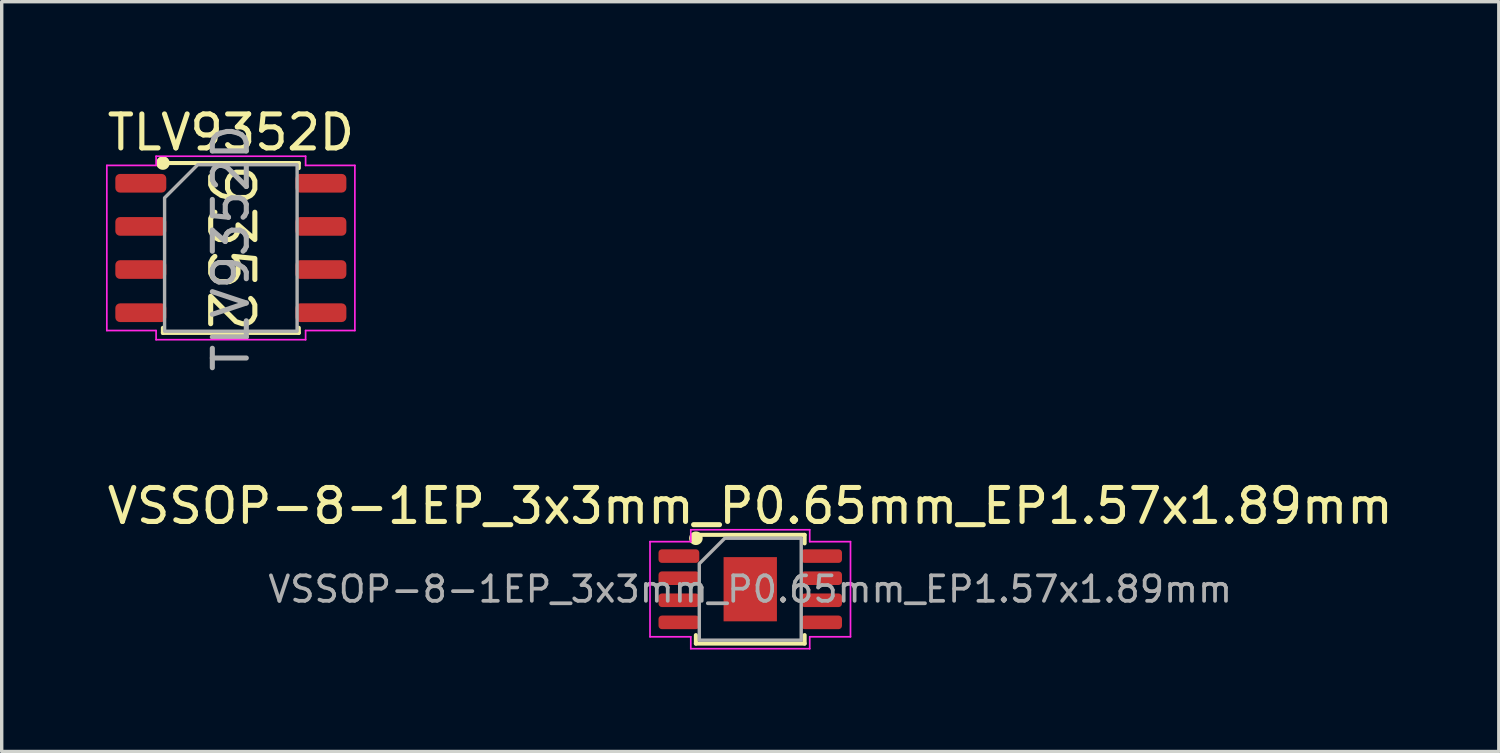
<source format=kicad_pcb>
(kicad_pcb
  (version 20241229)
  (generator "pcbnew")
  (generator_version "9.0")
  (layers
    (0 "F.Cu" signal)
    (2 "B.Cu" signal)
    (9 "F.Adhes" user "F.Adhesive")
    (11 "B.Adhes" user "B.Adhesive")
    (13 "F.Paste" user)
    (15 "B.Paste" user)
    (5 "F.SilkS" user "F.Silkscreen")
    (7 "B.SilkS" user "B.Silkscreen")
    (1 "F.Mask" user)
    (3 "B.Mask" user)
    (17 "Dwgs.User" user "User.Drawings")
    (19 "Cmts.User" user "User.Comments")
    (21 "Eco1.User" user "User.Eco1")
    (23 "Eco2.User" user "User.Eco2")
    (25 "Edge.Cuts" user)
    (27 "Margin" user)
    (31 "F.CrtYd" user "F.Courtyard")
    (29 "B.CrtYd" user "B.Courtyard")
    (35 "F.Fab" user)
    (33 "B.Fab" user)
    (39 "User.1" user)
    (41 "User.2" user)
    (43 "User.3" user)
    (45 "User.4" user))
  (footprint "TLV9352D"
    (layer "F.Cu")
    (at 3.744 4.248)
    (property "Reference" "TLV9352D" (at 0 -3.4 0) (layer "F.SilkS") (effects (font (size 1 1) (thickness 0.15))))
    (attr smd)
    (fp_line (start -2 -2.5) (end 2 -2.5) (stroke (width 0.12) (type solid)) (layer "F.SilkS"))
    (fp_line (start -2 2.5) (end -2 2.35) (stroke (width 0.12) (type solid)) (layer "F.SilkS"))
    (fp_line (start 2 -2.5) (end 2 -2.35) (stroke (width 0.12) (type solid)) (layer "F.SilkS"))
    (fp_line (start 2 2.35) (end 2 2.5) (stroke (width 0.12) (type solid)) (layer "F.SilkS"))
    (fp_line (start 2 2.5) (end -2 2.5) (stroke (width 0.12) (type solid)) (layer "F.SilkS"))
    (fp_circle (center -2 -2.5) (end -2 -2.3) (stroke (width 0) (type default)) (fill yes) (layer "F.SilkS"))
    (fp_poly (pts (xy -0.579 1.35) (xy -0.552 1.361) (xy -0.541 1.371) (xy 0.19 2.101) (xy 0.347 2.154) (xy 0.441 2.154) (xy 0.538 2.105) (xy 0.583 2.06) (xy 0.631 1.963) (xy 0.631 1.689) (xy 0.583 1.592) (xy 0.53 1.539) (xy 0.52 1.527) (xy 0.509 1.5) (xy 0.509 1.471) (xy 0.52 1.444) (xy 0.541 1.423) (xy 0.568 1.412) (xy 0.597 1.412) (xy 0.624 1.423) (xy 0.636 1.433) (xy 0.698 1.495) (xy 0.702 1.5) (xy 0.704 1.502) (xy 0.705 1.504) (xy 0.707 1.506) (xy 0.708 1.508) (xy 0.712 1.514) (xy 0.773 1.638) (xy 0.779 1.652) (xy 0.779 1.654) (xy 0.78 1.657) (xy 0.781 1.671) (xy 0.781 1.981) (xy 0.78 1.996) (xy 0.779 1.998) (xy 0.779 2.001) (xy 0.773 2.014) (xy 0.712 2.138) (xy 0.708 2.145) (xy 0.707 2.146) (xy 0.705 2.148) (xy 0.704 2.151) (xy 0.702 2.152) (xy 0.698 2.158) (xy 0.636 2.22) (xy 0.63 2.224) (xy 0.629 2.226) (xy 0.626 2.227) (xy 0.624 2.229) (xy 0.622 2.23) (xy 0.616 2.234) (xy 0.492 2.296) (xy 0.479 2.301) (xy 0.476 2.301) (xy 0.473 2.302) (xy 0.459 2.304) (xy 0.335 2.304) (xy 0.328 2.303) (xy 0.326 2.303) (xy 0.323 2.302) (xy 0.32 2.302) (xy 0.319 2.301) (xy 0.311 2.3) (xy 0.126 2.238) (xy 0.112 2.232) (xy 0.11 2.23) (xy 0.108 2.229) (xy 0.096 2.22) (xy -0.519 1.605) (xy -0.519 2.229) (xy -0.52 2.243) (xy -0.531 2.27) (xy -0.552 2.291) (xy -0.579 2.302) (xy -0.608 2.302) (xy -0.635 2.291) (xy -0.656 2.27) (xy -0.667 2.243) (xy -0.669 2.229) (xy -0.669 1.424) (xy -0.667 1.409) (xy -0.656 1.382) (xy -0.635 1.361) (xy -0.608 1.35)) (stroke (width 0) (type solid)) (fill yes) (layer "F.SilkS"))
    (fp_poly (pts (xy 0.095 0.173) (xy 0.714 0.235) (xy 0.719 0.236) (xy 0.721 0.236) (xy 0.723 0.237) (xy 0.728 0.238) (xy 0.738 0.243) (xy 0.748 0.247) (xy 0.751 0.25) (xy 0.754 0.252) (xy 0.761 0.26) (xy 0.769 0.268) (xy 0.77 0.271) (xy 0.773 0.274) (xy 0.776 0.285) (xy 0.78 0.295) (xy 0.781 0.301) (xy 0.781 0.302) (xy 0.781 0.304) (xy 0.781 0.31) (xy 0.781 0.929) (xy 0.78 0.943) (xy 0.769 0.97) (xy 0.748 0.991) (xy 0.721 1.002) (xy 0.692 1.002) (xy 0.665 0.991) (xy 0.644 0.97) (xy 0.633 0.943) (xy 0.631 0.929) (xy 0.631 0.377) (xy 0.248 0.339) (xy 0.278 0.4) (xy 0.283 0.414) (xy 0.284 0.416) (xy 0.285 0.419) (xy 0.286 0.433) (xy 0.286 0.743) (xy 0.285 0.757) (xy 0.284 0.76) (xy 0.283 0.763) (xy 0.278 0.776) (xy 0.216 0.9) (xy 0.212 0.906) (xy 0.212 0.908) (xy 0.21 0.91) (xy 0.209 0.913) (xy 0.207 0.914) (xy 0.202 0.92) (xy 0.14 0.982) (xy 0.135 0.986) (xy 0.133 0.988) (xy 0.131 0.989) (xy 0.129 0.991) (xy 0.127 0.992) (xy 0.121 0.996) (xy -0.003 1.058) (xy -0.017 1.063) (xy -0.019 1.063) (xy -0.022 1.064) (xy -0.036 1.065) (xy -0.346 1.065) (xy -0.361 1.064) (xy -0.363 1.063) (xy -0.366 1.063) (xy -0.38 1.058) (xy -0.503 0.996) (xy -0.51 0.992) (xy -0.511 0.991) (xy -0.514 0.989) (xy -0.516 0.988) (xy -0.517 0.986) (xy -0.523 0.982) (xy -0.585 0.92) (xy -0.589 0.914) (xy -0.591 0.913) (xy -0.592 0.91) (xy -0.594 0.908) (xy -0.595 0.907) (xy -0.599 0.9) (xy -0.661 0.776) (xy -0.666 0.763) (xy -0.666 0.76) (xy -0.667 0.757) (xy -0.669 0.743) (xy -0.669 0.433) (xy -0.667 0.419) (xy -0.666 0.416) (xy -0.666 0.414) (xy -0.661 0.4) (xy -0.599 0.276) (xy -0.595 0.27) (xy -0.594 0.268) (xy -0.592 0.266) (xy -0.591 0.264) (xy -0.589 0.262) (xy -0.585 0.256) (xy -0.523 0.195) (xy -0.511 0.185) (xy -0.484 0.174) (xy -0.455 0.174) (xy -0.428 0.185) (xy -0.407 0.206) (xy -0.396 0.233) (xy -0.396 0.262) (xy -0.407 0.289) (xy -0.417 0.301) (xy -0.47 0.354) (xy -0.519 0.451) (xy -0.519 0.725) (xy -0.47 0.822) (xy -0.425 0.867) (xy -0.328 0.915) (xy -0.054 0.915) (xy 0.043 0.867) (xy 0.088 0.822) (xy 0.136 0.725) (xy 0.136 0.451) (xy 0.088 0.354) (xy 0.034 0.301) (xy 0.025 0.289) (xy 0.024 0.286) (xy 0.021 0.283) (xy 0.018 0.272) (xy 0.014 0.262) (xy 0.014 0.258) (xy 0.013 0.255) (xy 0.014 0.244) (xy 0.014 0.233) (xy 0.015 0.229) (xy 0.016 0.226) (xy 0.021 0.216) (xy 0.025 0.206) (xy 0.028 0.203) (xy 0.029 0.2) (xy 0.038 0.193) (xy 0.046 0.185) (xy 0.049 0.184) (xy 0.052 0.181) (xy 0.063 0.178) (xy 0.073 0.174) (xy 0.076 0.174) (xy 0.08 0.173)) (stroke (width 0) (type solid)) (fill yes) (layer "F.SilkS"))
    (fp_poly (pts (xy 0.473 -2.302) (xy 0.476 -2.301) (xy 0.479 -2.301) (xy 0.492 -2.296) (xy 0.616 -2.234) (xy 0.622 -2.23) (xy 0.624 -2.229) (xy 0.626 -2.227) (xy 0.629 -2.226) (xy 0.63 -2.224) (xy 0.636 -2.22) (xy 0.698 -2.158) (xy 0.702 -2.152) (xy 0.704 -2.151) (xy 0.705 -2.148) (xy 0.707 -2.146) (xy 0.708 -2.145) (xy 0.712 -2.138) (xy 0.773 -2.014) (xy 0.779 -2.001) (xy 0.779 -1.998) (xy 0.78 -1.996) (xy 0.781 -1.981) (xy 0.781 -1.733) (xy 0.78 -1.719) (xy 0.779 -1.716) (xy 0.779 -1.714) (xy 0.773 -1.7) (xy 0.712 -1.576) (xy 0.708 -1.57) (xy 0.707 -1.568) (xy 0.705 -1.566) (xy 0.704 -1.564) (xy 0.702 -1.562) (xy 0.698 -1.556) (xy 0.636 -1.495) (xy 0.63 -1.49) (xy 0.629 -1.488) (xy 0.626 -1.487) (xy 0.624 -1.485) (xy 0.622 -1.484) (xy 0.616 -1.481) (xy 0.492 -1.419) (xy 0.479 -1.413) (xy 0.476 -1.413) (xy 0.473 -1.412) (xy 0.459 -1.411) (xy -0.036 -1.411) (xy -0.039 -1.411) (xy -0.04 -1.411) (xy -0.046 -1.412) (xy -0.051 -1.412) (xy -0.052 -1.413) (xy -0.055 -1.413) (xy -0.302 -1.475) (xy -0.311 -1.478) (xy -0.313 -1.478) (xy -0.314 -1.479) (xy -0.316 -1.48) (xy -0.318 -1.481) (xy -0.326 -1.485) (xy -0.511 -1.609) (xy -0.511 -1.609) (xy -0.511 -1.609) (xy -0.517 -1.614) (xy -0.523 -1.618) (xy -0.523 -1.618) (xy -0.523 -1.618) (xy -0.585 -1.68) (xy -0.589 -1.686) (xy -0.591 -1.687) (xy -0.592 -1.69) (xy -0.594 -1.692) (xy -0.595 -1.693) (xy -0.599 -1.7) (xy -0.661 -1.824) (xy -0.666 -1.837) (xy -0.666 -1.84) (xy -0.667 -1.843) (xy -0.669 -1.857) (xy -0.669 -2.105) (xy -0.667 -2.119) (xy -0.656 -2.146) (xy -0.635 -2.167) (xy -0.608 -2.178) (xy -0.579 -2.178) (xy -0.552 -2.167) (xy -0.531 -2.146) (xy -0.52 -2.119) (xy -0.519 -2.105) (xy -0.519 -1.875) (xy -0.47 -1.778) (xy -0.422 -1.73) (xy -0.253 -1.617) (xy -0.106 -1.58) (xy -0.165 -1.7) (xy -0.171 -1.714) (xy -0.171 -1.716) (xy -0.172 -1.719) (xy -0.173 -1.733) (xy -0.173 -1.963) (xy -0.023 -1.963) (xy -0.023 -1.751) (xy 0.025 -1.654) (xy 0.07 -1.609) (xy 0.167 -1.561) (xy 0.441 -1.561) (xy 0.538 -1.609) (xy 0.583 -1.654) (xy 0.631 -1.751) (xy 0.631 -1.963) (xy 0.583 -2.06) (xy 0.538 -2.105) (xy 0.441 -2.154) (xy 0.167 -2.154) (xy 0.07 -2.105) (xy 0.025 -2.06) (xy -0.023 -1.963) (xy -0.173 -1.963) (xy -0.173 -1.981) (xy -0.172 -1.996) (xy -0.171 -1.998) (xy -0.171 -2.001) (xy -0.165 -2.014) (xy -0.104 -2.138) (xy -0.1 -2.145) (xy -0.099 -2.146) (xy -0.097 -2.148) (xy -0.096 -2.151) (xy -0.094 -2.152) (xy -0.089 -2.158) (xy -0.028 -2.22) (xy -0.022 -2.224) (xy -0.021 -2.226) (xy -0.018 -2.227) (xy -0.016 -2.229) (xy -0.014 -2.23) (xy -0.008 -2.234) (xy 0.116 -2.296) (xy 0.129 -2.301) (xy 0.132 -2.301) (xy 0.135 -2.302) (xy 0.149 -2.304) (xy 0.459 -2.304)) (stroke (width 0) (type solid)) (fill yes) (layer "F.SilkS"))
    (fp_poly (pts (xy -0.428 -1.115) (xy -0.407 -1.094) (xy -0.396 -1.067) (xy -0.396 -1.038) (xy -0.407 -1.011) (xy -0.417 -0.999) (xy -0.47 -0.946) (xy -0.519 -0.849) (xy -0.519 -0.513) (xy -0.47 -0.416) (xy -0.425 -0.371) (xy -0.328 -0.323) (xy -0.054 -0.323) (xy 0.043 -0.371) (xy 0.088 -0.416) (xy 0.136 -0.513) (xy 0.136 -0.681) (xy 0.137 -0.689) (xy 0.137 -0.691) (xy 0.137 -0.692) (xy 0.138 -0.696) (xy 0.142 -0.707) (xy 0.146 -0.718) (xy 0.148 -0.72) (xy 0.149 -0.723) (xy 0.157 -0.731) (xy 0.165 -0.74) (xy 0.168 -0.742) (xy 0.169 -0.743) (xy 0.181 -0.748) (xy 0.192 -0.753) (xy 0.194 -0.754) (xy 0.197 -0.755) (xy 0.209 -0.755) (xy 0.221 -0.755) (xy 0.223 -0.755) (xy 0.226 -0.755) (xy 0.237 -0.75) (xy 0.249 -0.746) (xy 0.252 -0.744) (xy 0.253 -0.743) (xy 0.254 -0.742) (xy 0.261 -0.737) (xy 0.631 -0.413) (xy 0.631 -1.052) (xy 0.633 -1.067) (xy 0.644 -1.094) (xy 0.665 -1.115) (xy 0.692 -1.126) (xy 0.721 -1.126) (xy 0.748 -1.115) (xy 0.769 -1.094) (xy 0.78 -1.067) (xy 0.781 -1.052) (xy 0.781 -0.248) (xy 0.781 -0.24) (xy 0.781 -0.238) (xy 0.78 -0.237) (xy 0.78 -0.233) (xy 0.775 -0.222) (xy 0.771 -0.21) (xy 0.77 -0.208) (xy 0.769 -0.206) (xy 0.76 -0.197) (xy 0.752 -0.188) (xy 0.75 -0.187) (xy 0.748 -0.185) (xy 0.737 -0.181) (xy 0.726 -0.175) (xy 0.723 -0.175) (xy 0.721 -0.174) (xy 0.709 -0.174) (xy 0.697 -0.173) (xy 0.694 -0.174) (xy 0.692 -0.174) (xy 0.681 -0.179) (xy 0.669 -0.183) (xy 0.666 -0.185) (xy 0.665 -0.185) (xy 0.663 -0.187) (xy 0.657 -0.191) (xy 0.286 -0.516) (xy 0.286 -0.495) (xy 0.285 -0.481) (xy 0.284 -0.478) (xy 0.283 -0.475) (xy 0.278 -0.462) (xy 0.216 -0.338) (xy 0.212 -0.332) (xy 0.212 -0.33) (xy 0.21 -0.328) (xy 0.209 -0.325) (xy 0.207 -0.324) (xy 0.202 -0.318) (xy 0.14 -0.256) (xy 0.135 -0.252) (xy 0.133 -0.25) (xy 0.131 -0.249) (xy 0.129 -0.247) (xy 0.127 -0.246) (xy 0.121 -0.242) (xy -0.003 -0.181) (xy -0.017 -0.175) (xy -0.019 -0.175) (xy -0.022 -0.174) (xy -0.036 -0.173) (xy -0.346 -0.173) (xy -0.361 -0.174) (xy -0.363 -0.175) (xy -0.366 -0.175) (xy -0.38 -0.181) (xy -0.503 -0.242) (xy -0.51 -0.246) (xy -0.511 -0.247) (xy -0.514 -0.249) (xy -0.516 -0.25) (xy -0.517 -0.252) (xy -0.523 -0.256) (xy -0.585 -0.318) (xy -0.589 -0.324) (xy -0.591 -0.325) (xy -0.592 -0.328) (xy -0.594 -0.33) (xy -0.595 -0.332) (xy -0.599 -0.338) (xy -0.661 -0.462) (xy -0.666 -0.475) (xy -0.666 -0.478) (xy -0.667 -0.481) (xy -0.669 -0.495) (xy -0.669 -0.867) (xy -0.667 -0.881) (xy -0.666 -0.884) (xy -0.666 -0.886) (xy -0.661 -0.9) (xy -0.599 -1.024) (xy -0.595 -1.03) (xy -0.594 -1.032) (xy -0.592 -1.034) (xy -0.591 -1.036) (xy -0.589 -1.038) (xy -0.585 -1.044) (xy -0.523 -1.105) (xy -0.511 -1.115) (xy -0.484 -1.126) (xy -0.455 -1.126)) (stroke (width 0) (type solid)) (fill yes) (layer "F.SilkS"))
    (fp_line (start -3.65 -2.43) (end -2.2 -2.43) (stroke (width 0.05) (type solid)) (layer "F.CrtYd"))
    (fp_line (start -3.65 2.43) (end -3.65 -2.43) (stroke (width 0.05) (type solid)) (layer "F.CrtYd"))
    (fp_line (start -2.2 -2.7) (end 2.2 -2.7) (stroke (width 0.05) (type solid)) (layer "F.CrtYd"))
    (fp_line (start -2.2 -2.43) (end -2.2 -2.7) (stroke (width 0.05) (type solid)) (layer "F.CrtYd"))
    (fp_line (start -2.2 2.43) (end -3.65 2.43) (stroke (width 0.05) (type solid)) (layer "F.CrtYd"))
    (fp_line (start -2.2 2.7) (end -2.2 2.43) (stroke (width 0.05) (type solid)) (layer "F.CrtYd"))
    (fp_line (start 2.2 -2.7) (end 2.2 -2.43) (stroke (width 0.05) (type solid)) (layer "F.CrtYd"))
    (fp_line (start 2.2 -2.43) (end 3.65 -2.43) (stroke (width 0.05) (type solid)) (layer "F.CrtYd"))
    (fp_line (start 2.2 2.43) (end 2.2 2.7) (stroke (width 0.05) (type solid)) (layer "F.CrtYd"))
    (fp_line (start 2.2 2.7) (end -2.2 2.7) (stroke (width 0.05) (type solid)) (layer "F.CrtYd"))
    (fp_line (start 3.65 -2.43) (end 3.65 2.43) (stroke (width 0.05) (type solid)) (layer "F.CrtYd"))
    (fp_line (start 3.65 2.43) (end 2.2 2.43) (stroke (width 0.05) (type solid)) (layer "F.CrtYd"))
    (fp_poly (pts (xy -0.975 -2.45) (xy 1.95 -2.45) (xy 1.95 2.45) (xy -1.95 2.45) (xy -1.95 -1.475)) (stroke (width 0.1) (type solid)) (fill no) (layer "F.Fab"))
    (fp_text user "${REFERENCE}" (at 0 0 90) (layer "F.Fab") (effects (font (size 1 1) (thickness 0.15))))
    (pad "1" smd roundrect (at -2.65 -1.905) (size 1.5 0.55) (layers "F.Cu" "F.Mask" "F.Paste") (roundrect_rratio 0.25))
    (pad "2" smd roundrect (at -2.65 -0.635) (size 1.5 0.55) (layers "F.Cu" "F.Mask" "F.Paste") (roundrect_rratio 0.25))
    (pad "3" smd roundrect (at -2.65 0.635) (size 1.5 0.55) (layers "F.Cu" "F.Mask" "F.Paste") (roundrect_rratio 0.25))
    (pad "4" smd roundrect (at -2.65 1.905) (size 1.5 0.55) (layers "F.Cu" "F.Mask" "F.Paste") (roundrect_rratio 0.25))
    (pad "5" smd roundrect (at 2.65 1.905) (size 1.5 0.55) (layers "F.Cu" "F.Mask" "F.Paste") (roundrect_rratio 0.25))
    (pad "6" smd roundrect (at 2.65 0.635) (size 1.5 0.55) (layers "F.Cu" "F.Mask" "F.Paste") (roundrect_rratio 0.25))
    (pad "7" smd roundrect (at 2.65 -0.635) (size 1.5 0.55) (layers "F.Cu" "F.Mask" "F.Paste") (roundrect_rratio 0.25))
    (pad "8" smd roundrect (at 2.65 -1.905) (size 1.5 0.55) (layers "F.Cu" "F.Mask" "F.Paste") (roundrect_rratio 0.25)))
  (footprint "VSSOP-8-1EP_3x3mm_P0.65mm_EP1.57x1.89mm"
    (layer "F.Cu")
    (at 19.03 14.291)
    (property "Reference" "VSSOP-8-1EP_3x3mm_P0.65mm_EP1.57x1.89mm" (at 0 -2.45 0) (layer "F.SilkS") (effects (font (size 1 1) (thickness 0.15))))
    (attr smd)
    (fp_line (start -1.6 -1.6) (end 1.6 -1.6) (stroke (width 0.12) (type solid)) (layer "F.SilkS"))
    (fp_line (start -1.6 1.6) (end -1.6 1.35) (stroke (width 0.12) (type solid)) (layer "F.SilkS"))
    (fp_line (start 1.6 -1.6) (end 1.6 -1.35) (stroke (width 0.12) (type solid)) (layer "F.SilkS"))
    (fp_line (start 1.6 1.35) (end 1.6 1.6) (stroke (width 0.12) (type solid)) (layer "F.SilkS"))
    (fp_line (start 1.6 1.6) (end -1.6 1.6) (stroke (width 0.12) (type solid)) (layer "F.SilkS"))
    (fp_circle (center -1.6 -1.5) (end -1.6 -1.3) (stroke (width 0) (type default)) (fill yes) (layer "F.SilkS"))
    (fp_line (start -2.95 -1.4) (end -1.75 -1.4) (stroke (width 0.05) (type solid)) (layer "F.CrtYd"))
    (fp_line (start -2.95 1.4) (end -2.95 -1.4) (stroke (width 0.05) (type solid)) (layer "F.CrtYd"))
    (fp_line (start -1.75 -1.75) (end 1.75 -1.75) (stroke (width 0.05) (type solid)) (layer "F.CrtYd"))
    (fp_line (start -1.75 -1.4) (end -1.75 -1.75) (stroke (width 0.05) (type solid)) (layer "F.CrtYd"))
    (fp_line (start -1.75 1.4) (end -2.95 1.4) (stroke (width 0.05) (type solid)) (layer "F.CrtYd"))
    (fp_line (start -1.75 1.75) (end -1.75 1.4) (stroke (width 0.05) (type solid)) (layer "F.CrtYd"))
    (fp_line (start 1.75 -1.75) (end 1.75 -1.4) (stroke (width 0.05) (type solid)) (layer "F.CrtYd"))
    (fp_line (start 1.75 -1.4) (end 2.95 -1.4) (stroke (width 0.05) (type solid)) (layer "F.CrtYd"))
    (fp_line (start 1.75 1.4) (end 1.75 1.75) (stroke (width 0.05) (type solid)) (layer "F.CrtYd"))
    (fp_line (start 1.75 1.75) (end -1.75 1.75) (stroke (width 0.05) (type solid)) (layer "F.CrtYd"))
    (fp_line (start 2.95 -1.4) (end 2.95 1.4) (stroke (width 0.05) (type solid)) (layer "F.CrtYd"))
    (fp_line (start 2.95 1.4) (end 1.75 1.4) (stroke (width 0.05) (type solid)) (layer "F.CrtYd"))
    (fp_poly (pts (xy -0.75 -1.5) (xy 1.5 -1.5) (xy 1.5 1.5) (xy -1.5 1.5) (xy -1.5 -0.75)) (stroke (width 0.1) (type solid)) (fill no) (layer "F.Fab"))
    (fp_text user "${REFERENCE}" (at 0 0 0) (layer "F.Fab") (effects (font (size 0.75 0.75) (thickness 0.11))))
    (pad "1" smd roundrect (at -2.1 -0.975) (size 1.2 0.4) (layers "F.Cu" "F.Mask" "F.Paste") (roundrect_rratio 0.25))
    (pad "2" smd roundrect (at -2.1 -0.325) (size 1.2 0.4) (layers "F.Cu" "F.Mask" "F.Paste") (roundrect_rratio 0.25))
    (pad "3" smd roundrect (at -2.1 0.325) (size 1.2 0.4) (layers "F.Cu" "F.Mask" "F.Paste") (roundrect_rratio 0.25))
    (pad "4" smd roundrect (at -2.1 0.975) (size 1.2 0.4) (layers "F.Cu" "F.Mask" "F.Paste") (roundrect_rratio 0.25))
    (pad "5" smd roundrect (at 2.1 0.975) (size 1.2 0.4) (layers "F.Cu" "F.Mask" "F.Paste") (roundrect_rratio 0.25))
    (pad "6" smd roundrect (at 2.1 0.325) (size 1.2 0.4) (layers "F.Cu" "F.Mask" "F.Paste") (roundrect_rratio 0.25))
    (pad "7" smd roundrect (at 2.1 -0.325) (size 1.2 0.4) (layers "F.Cu" "F.Mask" "F.Paste") (roundrect_rratio 0.25))
    (pad "8" smd roundrect (at 2.1 -0.975) (size 1.2 0.4) (layers "F.Cu" "F.Mask" "F.Paste") (roundrect_rratio 0.25))
    (pad "9" smd rect (at 0 0) (size 1.57 1.89) (layers "F.Cu" "F.Mask" "F.Paste")))
  (gr_rect
    (start -3 -3)
    (end 41.06 19.066)
    (stroke (width 0.1) (type default))
    (fill no)
    (layer "Edge.Cuts")))
</source>
